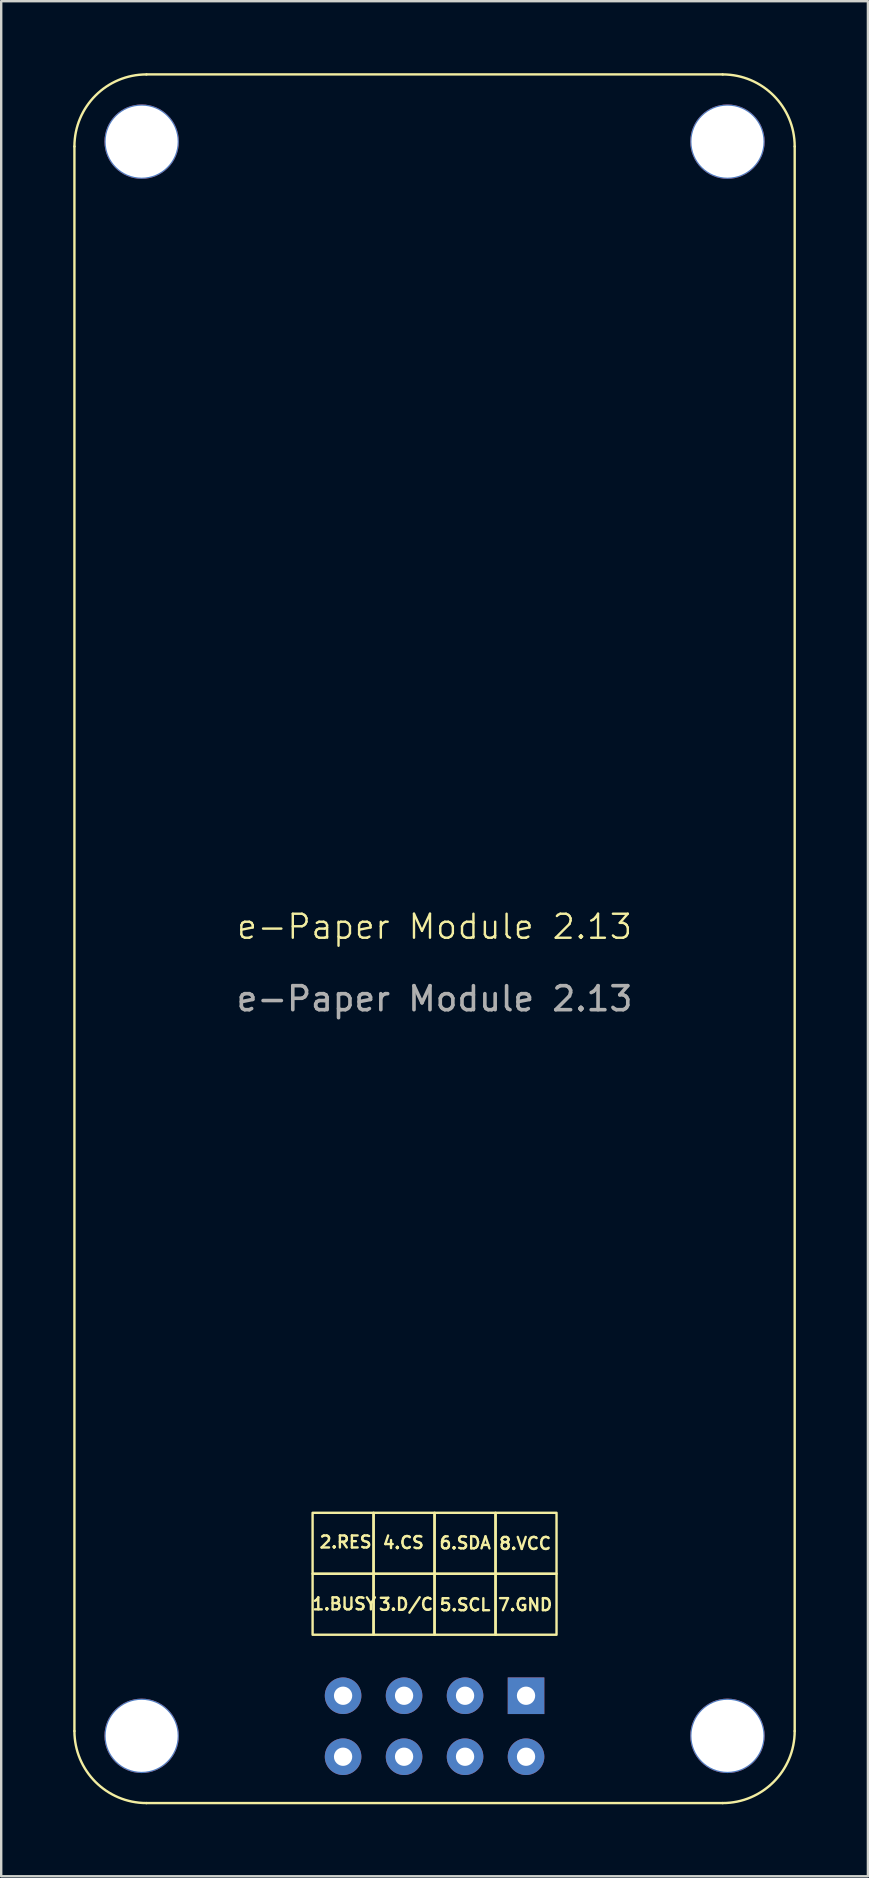
<source format=kicad_pcb>
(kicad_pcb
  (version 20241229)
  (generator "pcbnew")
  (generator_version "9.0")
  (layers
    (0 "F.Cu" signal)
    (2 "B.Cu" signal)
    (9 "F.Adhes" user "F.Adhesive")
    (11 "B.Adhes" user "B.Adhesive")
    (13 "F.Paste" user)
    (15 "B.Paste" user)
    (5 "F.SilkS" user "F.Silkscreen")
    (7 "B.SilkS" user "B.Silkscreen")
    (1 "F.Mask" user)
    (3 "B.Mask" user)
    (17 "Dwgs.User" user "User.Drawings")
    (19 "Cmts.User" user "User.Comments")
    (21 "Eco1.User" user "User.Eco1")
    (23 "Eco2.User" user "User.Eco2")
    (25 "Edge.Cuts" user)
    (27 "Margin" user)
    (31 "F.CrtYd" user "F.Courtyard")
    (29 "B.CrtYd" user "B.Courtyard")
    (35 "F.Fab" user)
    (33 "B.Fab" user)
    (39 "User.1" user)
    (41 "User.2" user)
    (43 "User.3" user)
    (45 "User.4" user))
  (footprint "e-Paper Module 2.13"
    (layer "F.Cu")
    (at 15.05 36.05)
    (property "Reference" "e-Paper Module 2.13" (at 0 -0.5 0) (unlocked yes) (layer "F.SilkS") (effects (font (size 1 1) (thickness 0.1))))
    (attr through_hole)
    (fp_line (start -15 33) (end -15 -33) (stroke (width 0.1) (type default)) (layer "F.SilkS"))
    (fp_line (start -12 -36) (end 12 -36) (stroke (width 0.1) (type default)) (layer "F.SilkS"))
    (fp_line (start 12 36) (end -12 36) (stroke (width 0.1) (type default)) (layer "F.SilkS"))
    (fp_line (start 15 -33) (end 15 33) (stroke (width 0.1) (type default)) (layer "F.SilkS"))
    (fp_rect (start -5.08 23.91) (end -2.54 26.45) (stroke (width 0.1) (type default)) (fill no) (layer "F.SilkS"))
    (fp_rect (start -5.08 26.45) (end -2.54 28.99) (stroke (width 0.1) (type default)) (fill no) (layer "F.SilkS"))
    (fp_rect (start -2.54 23.91) (end 0 26.45) (stroke (width 0.1) (type default)) (fill no) (layer "F.SilkS"))
    (fp_rect (start -2.54 26.45) (end 0 28.99) (stroke (width 0.1) (type default)) (fill no) (layer "F.SilkS"))
    (fp_rect (start 0 23.91) (end 2.54 26.45) (stroke (width 0.1) (type default)) (fill no) (layer "F.SilkS"))
    (fp_rect (start 0 26.45) (end 2.54 28.99) (stroke (width 0.1) (type default)) (fill no) (layer "F.SilkS"))
    (fp_rect (start 2.54 23.91) (end 5.08 26.45) (stroke (width 0.1) (type default)) (fill no) (layer "F.SilkS"))
    (fp_rect (start 2.54 26.45) (end 5.08 28.99) (stroke (width 0.1) (type default)) (fill no) (layer "F.SilkS"))
    (fp_arc (start -15 -33) (mid -14.12132 -35.12132) (end -12 -36) (stroke (width 0.1) (type default)) (layer "F.SilkS"))
    (fp_arc (start -12 36) (mid -14.12132 35.12132) (end -15 33) (stroke (width 0.1) (type default)) (layer "F.SilkS"))
    (fp_arc (start 12 -36) (mid 14.12132 -35.12132) (end 15 -33) (stroke (width 0.1) (type default)) (layer "F.SilkS"))
    (fp_arc (start 15 33) (mid 14.12132 35.12132) (end 12 36) (stroke (width 0.1) (type default)) (layer "F.SilkS"))
    (fp_text user "1.BUSY" (at -5.147 27.998 0) (unlocked yes) (layer "F.SilkS") (effects (font (size 0.5 0.5) (thickness 0.1)) (justify left bottom)))
    (fp_text user "4.CS" (at -1.302 25.445 0) (unlocked yes) (layer "F.SilkS") (effects (font (size 0.5 0.5) (thickness 0.1)) (justify bottom)))
    (fp_text user "3.D/C" (at -2.375 28.016 0) (unlocked yes) (layer "F.SilkS") (effects (font (size 0.5 0.5) (thickness 0.1)) (justify left bottom)))
    (fp_text user "8.VCC" (at 3.774 25.481 0) (unlocked yes) (layer "F.SilkS") (effects (font (size 0.5 0.5) (thickness 0.1)) (justify bottom)))
    (fp_text user "5.SCL" (at 1.27 28.034 0) (unlocked yes) (layer "F.SilkS") (effects (font (size 0.5 0.5) (thickness 0.1)) (justify bottom)))
    (fp_text user "6.SDA" (at 1.275 25.457 0) (unlocked yes) (layer "F.SilkS") (effects (font (size 0.5 0.5) (thickness 0.1)) (justify bottom)))
    (fp_text user "2.RES" (at -4.842 25.42 0) (unlocked yes) (layer "F.SilkS") (effects (font (size 0.5 0.5) (thickness 0.1)) (justify left bottom)))
    (fp_text user "7.GND" (at 3.774 28.031 0) (unlocked yes) (layer "F.SilkS") (effects (font (size 0.5 0.5) (thickness 0.1)) (justify bottom)))
    (fp_text user "${REFERENCE}" (at 0 2.5 0) (unlocked yes) (layer "F.Fab") (effects (font (size 1 1) (thickness 0.15))))
    (pad "" np_thru_hole circle (at -12.2 -33.2) (size 3.1 3.1) (drill 3) (layers "*.Cu" "*.Mask"))
    (pad "" np_thru_hole circle (at -12.2 33.2) (size 3.1 3.1) (drill 3) (layers "*.Cu" "*.Mask"))
    (pad "" np_thru_hole circle (at 12.2 -33.2) (size 3.1 3.1) (drill 3) (layers "*.Cu" "*.Mask"))
    (pad "" np_thru_hole circle (at 12.2 33.2) (size 3.1 3.1) (drill 3) (layers "*.Cu" "*.Mask"))
    (pad "1" thru_hole circle (at -3.81 34.07) (size 1.524 1.524) (drill 0.762) (layers "*.Cu" "*.Mask"))
    (pad "2" thru_hole circle (at -3.81 31.53) (size 1.524 1.524) (drill 0.762) (layers "*.Cu" "*.Mask"))
    (pad "3" thru_hole circle (at -1.27 34.07) (size 1.524 1.524) (drill 0.762) (layers "*.Cu" "*.Mask"))
    (pad "4" thru_hole circle (at -1.27 31.53) (size 1.524 1.524) (drill 0.762) (layers "*.Cu" "*.Mask"))
    (pad "5" thru_hole circle (at 1.27 34.07) (size 1.524 1.524) (drill 0.762) (layers "*.Cu" "*.Mask"))
    (pad "6" thru_hole circle (at 1.27 31.53) (size 1.524 1.524) (drill 0.762) (layers "*.Cu" "*.Mask"))
    (pad "7" thru_hole circle (at 3.81 34.07) (size 1.524 1.524) (drill 0.762) (layers "*.Cu" "*.Mask"))
    (pad "8" thru_hole rect (at 3.81 31.53) (size 1.524 1.524) (drill 0.762) (layers "*.Cu" "*.Mask")))
  (gr_rect
    (start -3 -3)
    (end 33.1 75.1)
    (stroke (width 0.1) (type default))
    (fill no)
    (layer "Edge.Cuts")))
</source>
